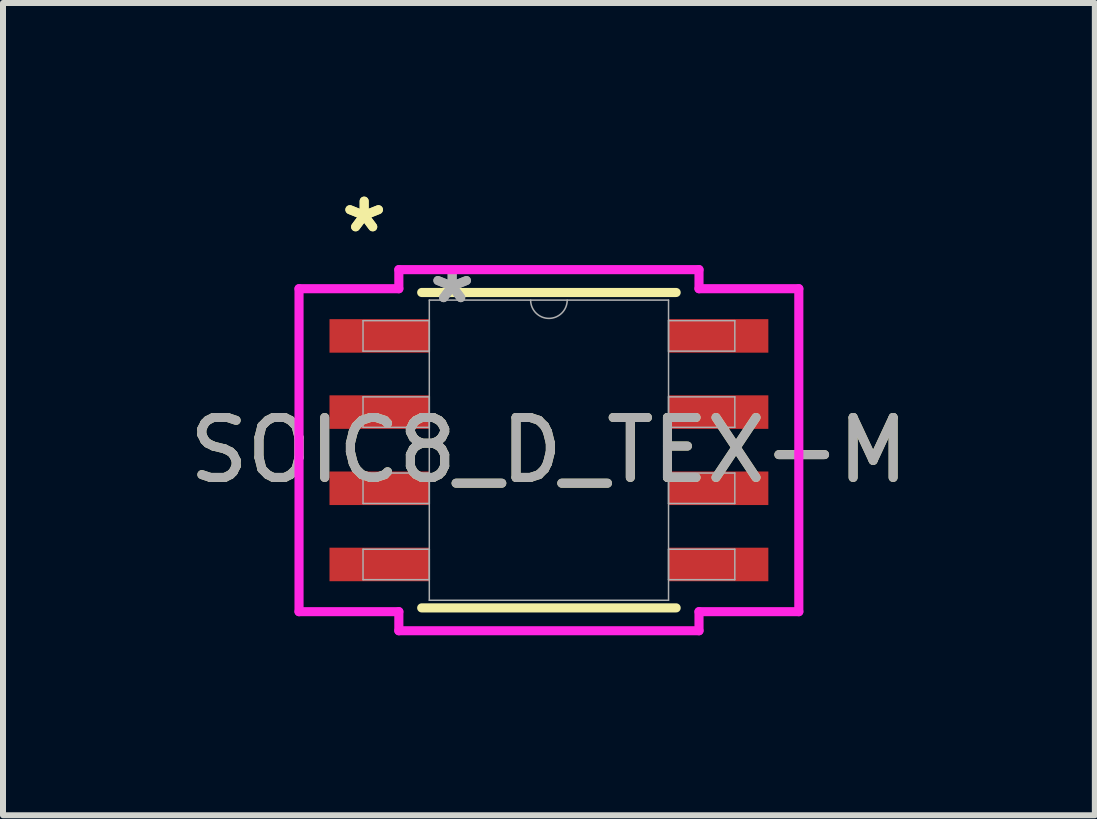
<source format=kicad_pcb>
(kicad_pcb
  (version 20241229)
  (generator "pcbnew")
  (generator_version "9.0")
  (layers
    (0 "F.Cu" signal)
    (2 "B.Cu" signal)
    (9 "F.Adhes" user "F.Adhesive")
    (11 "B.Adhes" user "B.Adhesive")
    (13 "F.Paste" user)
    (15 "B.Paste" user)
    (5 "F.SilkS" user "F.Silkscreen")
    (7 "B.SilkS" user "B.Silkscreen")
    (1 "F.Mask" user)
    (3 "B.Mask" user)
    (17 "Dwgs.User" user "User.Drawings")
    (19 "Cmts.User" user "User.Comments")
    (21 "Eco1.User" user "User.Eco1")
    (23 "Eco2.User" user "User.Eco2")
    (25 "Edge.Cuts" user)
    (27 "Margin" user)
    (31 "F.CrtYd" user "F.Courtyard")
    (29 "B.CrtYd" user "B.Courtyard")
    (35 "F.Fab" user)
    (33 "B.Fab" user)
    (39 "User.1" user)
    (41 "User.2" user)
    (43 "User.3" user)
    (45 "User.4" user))
  (footprint "SOIC8_D_TEX-M"
    (layer "F.Cu")
    (at 6.101 4.455)
    (property "Reference" "SOIC8_D_TEX-M" (at 0 0 0) (unlocked yes) (layer "F.SilkS") (effects (font (size 1 1) (thickness 0.15))))
    (attr smd)
    (fp_line (start -2.121 2.629) (end 2.121 2.629) (stroke (width 0.152) (type solid)) (layer "F.SilkS"))
    (fp_line (start 2.121 -2.629) (end -2.121 -2.629) (stroke (width 0.152) (type solid)) (layer "F.SilkS"))
    (fp_line (start -4.166 -2.692) (end -2.502 -2.692) (stroke (width 0.152) (type solid)) (layer "F.CrtYd"))
    (fp_line (start -4.166 2.692) (end -4.166 -2.692) (stroke (width 0.152) (type solid)) (layer "F.CrtYd"))
    (fp_line (start -4.166 2.692) (end -2.502 2.692) (stroke (width 0.152) (type solid)) (layer "F.CrtYd"))
    (fp_line (start -2.502 -3.01) (end 2.502 -3.01) (stroke (width 0.152) (type solid)) (layer "F.CrtYd"))
    (fp_line (start -2.502 -2.692) (end -2.502 -3.01) (stroke (width 0.152) (type solid)) (layer "F.CrtYd"))
    (fp_line (start -2.502 3.01) (end -2.502 2.692) (stroke (width 0.152) (type solid)) (layer "F.CrtYd"))
    (fp_line (start 2.502 -3.01) (end 2.502 -2.692) (stroke (width 0.152) (type solid)) (layer "F.CrtYd"))
    (fp_line (start 2.502 2.692) (end 2.502 3.01) (stroke (width 0.152) (type solid)) (layer "F.CrtYd"))
    (fp_line (start 2.502 3.01) (end -2.502 3.01) (stroke (width 0.152) (type solid)) (layer "F.CrtYd"))
    (fp_line (start 4.166 -2.692) (end 2.502 -2.692) (stroke (width 0.152) (type solid)) (layer "F.CrtYd"))
    (fp_line (start 4.166 -2.692) (end 4.166 2.692) (stroke (width 0.152) (type solid)) (layer "F.CrtYd"))
    (fp_line (start 4.166 2.692) (end 2.502 2.692) (stroke (width 0.152) (type solid)) (layer "F.CrtYd"))
    (fp_line (start -3.099 -2.159) (end -3.099 -1.651) (stroke (width 0.025) (type solid)) (layer "F.Fab"))
    (fp_line (start -3.099 -1.651) (end -1.994 -1.651) (stroke (width 0.025) (type solid)) (layer "F.Fab"))
    (fp_line (start -3.099 -0.889) (end -3.099 -0.381) (stroke (width 0.025) (type solid)) (layer "F.Fab"))
    (fp_line (start -3.099 -0.381) (end -1.994 -0.381) (stroke (width 0.025) (type solid)) (layer "F.Fab"))
    (fp_line (start -3.099 0.381) (end -3.099 0.889) (stroke (width 0.025) (type solid)) (layer "F.Fab"))
    (fp_line (start -3.099 0.889) (end -1.994 0.889) (stroke (width 0.025) (type solid)) (layer "F.Fab"))
    (fp_line (start -3.099 1.651) (end -3.099 2.159) (stroke (width 0.025) (type solid)) (layer "F.Fab"))
    (fp_line (start -3.099 2.159) (end -1.994 2.159) (stroke (width 0.025) (type solid)) (layer "F.Fab"))
    (fp_line (start -1.994 -2.502) (end -1.994 2.502) (stroke (width 0.025) (type solid)) (layer "F.Fab"))
    (fp_line (start -1.994 -2.159) (end -3.099 -2.159) (stroke (width 0.025) (type solid)) (layer "F.Fab"))
    (fp_line (start -1.994 -1.651) (end -1.994 -2.159) (stroke (width 0.025) (type solid)) (layer "F.Fab"))
    (fp_line (start -1.994 -0.889) (end -3.099 -0.889) (stroke (width 0.025) (type solid)) (layer "F.Fab"))
    (fp_line (start -1.994 -0.381) (end -1.994 -0.889) (stroke (width 0.025) (type solid)) (layer "F.Fab"))
    (fp_line (start -1.994 0.381) (end -3.099 0.381) (stroke (width 0.025) (type solid)) (layer "F.Fab"))
    (fp_line (start -1.994 0.889) (end -1.994 0.381) (stroke (width 0.025) (type solid)) (layer "F.Fab"))
    (fp_line (start -1.994 1.651) (end -3.099 1.651) (stroke (width 0.025) (type solid)) (layer "F.Fab"))
    (fp_line (start -1.994 2.159) (end -1.994 1.651) (stroke (width 0.025) (type solid)) (layer "F.Fab"))
    (fp_line (start -1.994 2.502) (end 1.994 2.502) (stroke (width 0.025) (type solid)) (layer "F.Fab"))
    (fp_line (start 1.994 -2.502) (end -1.994 -2.502) (stroke (width 0.025) (type solid)) (layer "F.Fab"))
    (fp_line (start 1.994 -2.159) (end 1.994 -1.651) (stroke (width 0.025) (type solid)) (layer "F.Fab"))
    (fp_line (start 1.994 -1.651) (end 3.099 -1.651) (stroke (width 0.025) (type solid)) (layer "F.Fab"))
    (fp_line (start 1.994 -0.889) (end 1.994 -0.381) (stroke (width 0.025) (type solid)) (layer "F.Fab"))
    (fp_line (start 1.994 -0.381) (end 3.099 -0.381) (stroke (width 0.025) (type solid)) (layer "F.Fab"))
    (fp_line (start 1.994 0.381) (end 1.994 0.889) (stroke (width 0.025) (type solid)) (layer "F.Fab"))
    (fp_line (start 1.994 0.889) (end 3.099 0.889) (stroke (width 0.025) (type solid)) (layer "F.Fab"))
    (fp_line (start 1.994 1.651) (end 1.994 2.159) (stroke (width 0.025) (type solid)) (layer "F.Fab"))
    (fp_line (start 1.994 2.159) (end 3.099 2.159) (stroke (width 0.025) (type solid)) (layer "F.Fab"))
    (fp_line (start 1.994 2.502) (end 1.994 -2.502) (stroke (width 0.025) (type solid)) (layer "F.Fab"))
    (fp_line (start 3.099 -2.159) (end 1.994 -2.159) (stroke (width 0.025) (type solid)) (layer "F.Fab"))
    (fp_line (start 3.099 -1.651) (end 3.099 -2.159) (stroke (width 0.025) (type solid)) (layer "F.Fab"))
    (fp_line (start 3.099 -0.889) (end 1.994 -0.889) (stroke (width 0.025) (type solid)) (layer "F.Fab"))
    (fp_line (start 3.099 -0.381) (end 3.099 -0.889) (stroke (width 0.025) (type solid)) (layer "F.Fab"))
    (fp_line (start 3.099 0.381) (end 1.994 0.381) (stroke (width 0.025) (type solid)) (layer "F.Fab"))
    (fp_line (start 3.099 0.889) (end 3.099 0.381) (stroke (width 0.025) (type solid)) (layer "F.Fab"))
    (fp_line (start 3.099 1.651) (end 1.994 1.651) (stroke (width 0.025) (type solid)) (layer "F.Fab"))
    (fp_line (start 3.099 2.159) (end 3.099 1.651) (stroke (width 0.025) (type solid)) (layer "F.Fab"))
    (fp_arc (start 0.3048 -2.5019) (mid 0 -2.1971) (end -0.3048 -2.5019) (stroke (width 0.0254) (type solid)) (layer "F.Fab"))
    (fp_text user "*" (at -3.08 -3.607 0) (layer "F.SilkS") (effects (font (size 1 1) (thickness 0.15))))
    (fp_text user "*" (at -3.08 -3.607 0) (unlocked yes) (layer "F.SilkS") (effects (font (size 1 1) (thickness 0.15))))
    (fp_text user "${REFERENCE}" (at 0 0 0) (unlocked yes) (layer "F.Fab") (effects (font (size 1 1) (thickness 0.15))))
    (fp_text user "*" (at -1.613 -2.426 0) (unlocked yes) (layer "F.Fab") (effects (font (size 1 1) (thickness 0.15))))
    (fp_text user "*" (at -1.613 -2.426 0) (layer "F.Fab") (effects (font (size 1 1) (thickness 0.15))))
    (pad "1" smd rect (at -2.826 -1.905) (size 1.664 0.559) (layers "F.Cu" "F.Mask" "F.Paste"))
    (pad "2" smd rect (at -2.826 -0.635) (size 1.664 0.559) (layers "F.Cu" "F.Mask" "F.Paste"))
    (pad "3" smd rect (at -2.826 0.635) (size 1.664 0.559) (layers "F.Cu" "F.Mask" "F.Paste"))
    (pad "4" smd rect (at -2.826 1.905) (size 1.664 0.559) (layers "F.Cu" "F.Mask" "F.Paste"))
    (pad "5" smd rect (at 2.826 1.905) (size 1.664 0.559) (layers "F.Cu" "F.Mask" "F.Paste"))
    (pad "6" smd rect (at 2.826 0.635) (size 1.664 0.559) (layers "F.Cu" "F.Mask" "F.Paste"))
    (pad "7" smd rect (at 2.826 -0.635) (size 1.664 0.559) (layers "F.Cu" "F.Mask" "F.Paste"))
    (pad "8" smd rect (at 2.826 -1.905) (size 1.664 0.559) (layers "F.Cu" "F.Mask" "F.Paste")))
  (gr_rect
    (start -3 -3)
    (end 15.202 10.541)
    (stroke (width 0.1) (type default))
    (fill no)
    (layer "Edge.Cuts")))
</source>
